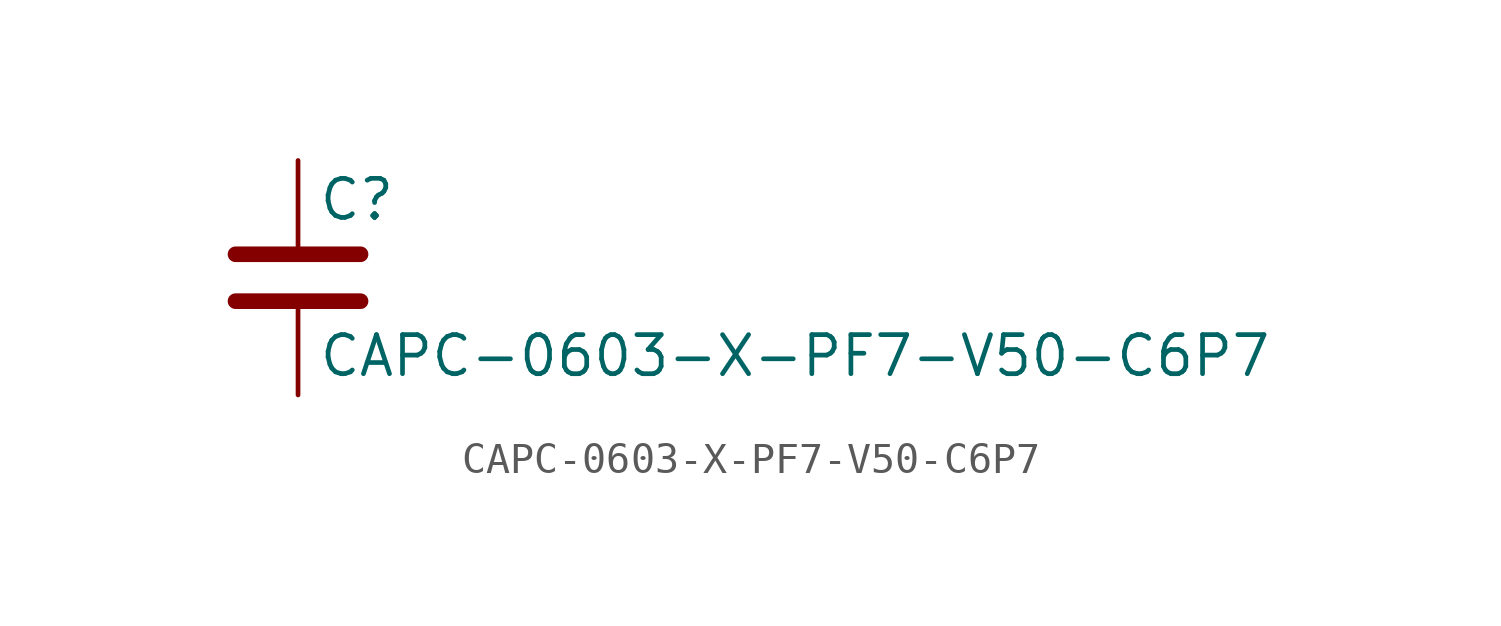
<source format=kicad_sym>
(kicad_symbol_lib
  (version 20211014)
  (generator kicad_symbol_editor)
  (symbol "CAPC-0603-X-PF7-V50-C6P7"
    (pin_numbers hide)
    (pin_names
      (offset 0.254))
    (property "Reference" "C"
      (at 0.635 2.54 0)
      (effects (font (size 1.27 1.27)) (justify left)))
    (property "Value" "CAPC-0603-X-PF7-V50-C6P7"
      (at 0.635 -2.54 0)
      (effects (font (size 1.27 1.27)) (justify left)))
    (symbol "CAPC-0603-X-PF7-V50-C6P7_0_1"
      (polyline (pts (xy -2.032 -0.762) (xy 2.032 -0.762)) (stroke (width 0.508) (type default) (color 0 0 0 0)) (fill (type none)))
      (polyline (pts (xy -2.032 0.762) (xy 2.032 0.762)) (stroke (width 0.508) (type default) (color 0 0 0 0)) (fill (type none))))
    (symbol "CAPC-0603-X-PF7-V50-C6P7_1_1"
      (pin passive line (at 0 3.81 270) (length 2.794) (name "~" (effects (font (size 1.27 1.27)))) (number "1" (effects (font (size 1.27 1.27)))))
      (pin passive line (at 0 -3.81 90) (length 2.794) (name "~" (effects (font (size 1.27 1.27)))) (number "2" (effects (font (size 1.27 1.27))))))))
</source>
